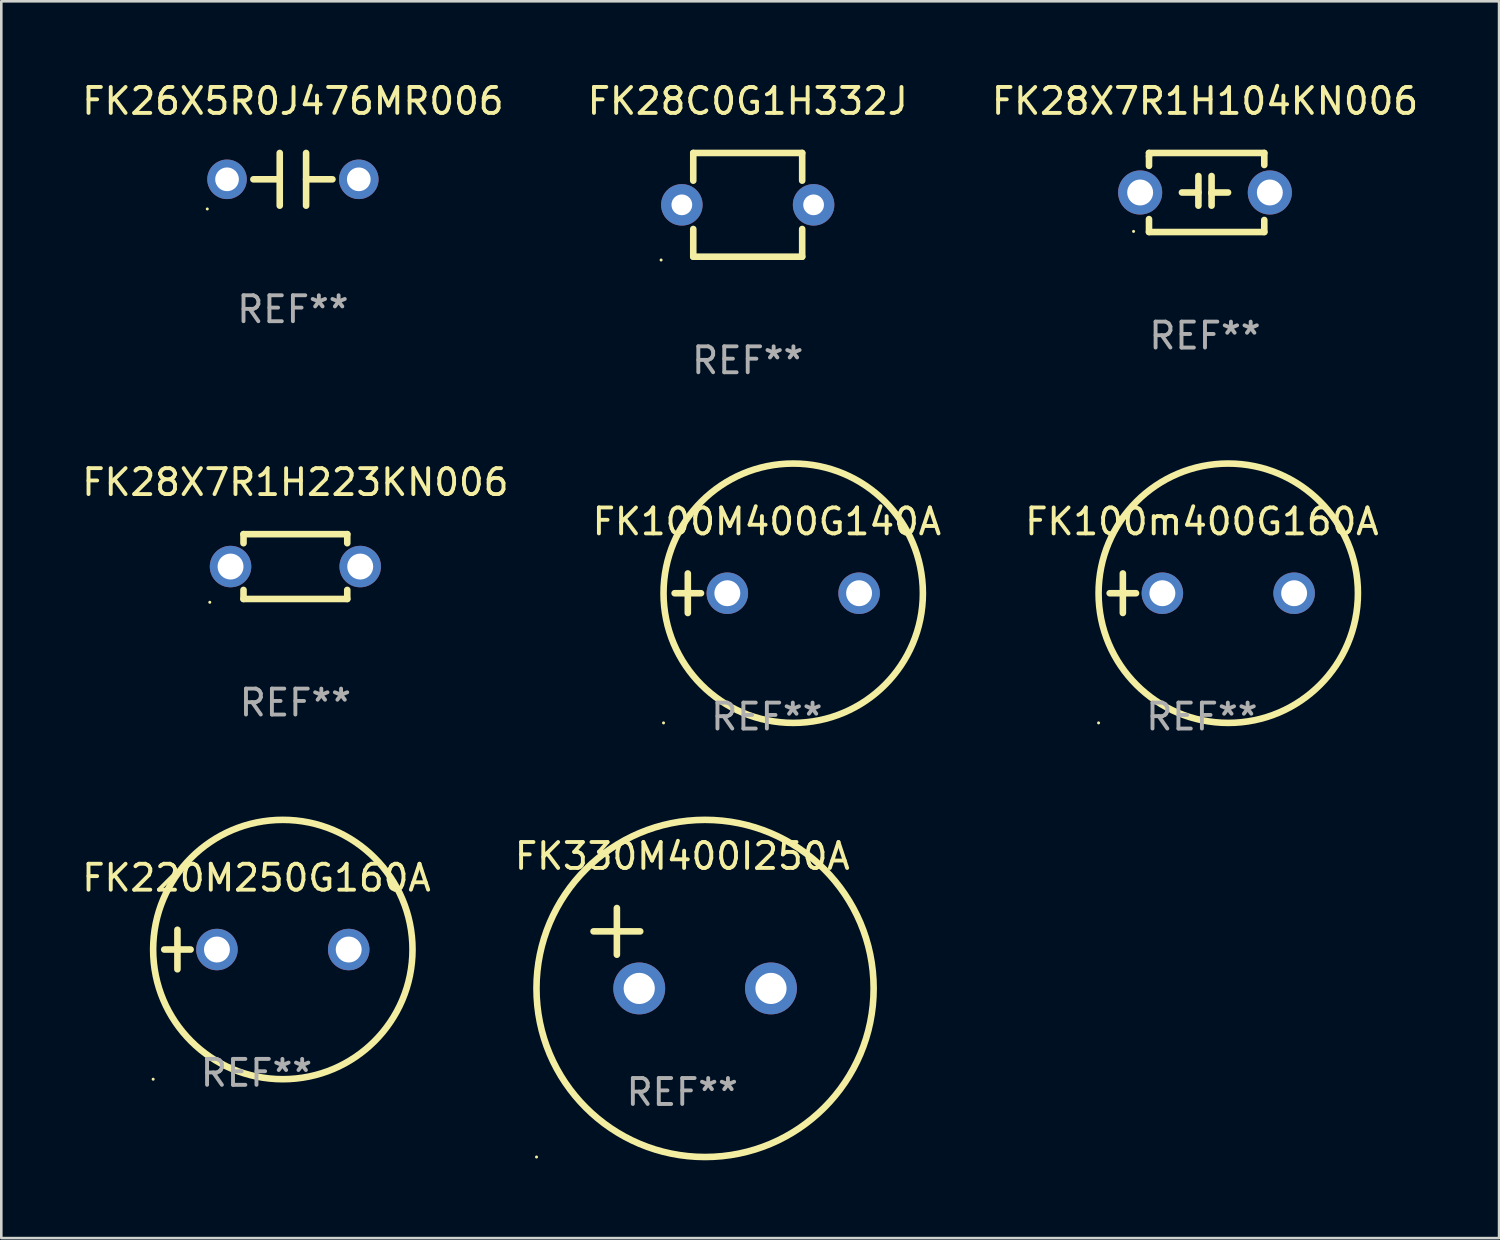
<source format=kicad_pcb>
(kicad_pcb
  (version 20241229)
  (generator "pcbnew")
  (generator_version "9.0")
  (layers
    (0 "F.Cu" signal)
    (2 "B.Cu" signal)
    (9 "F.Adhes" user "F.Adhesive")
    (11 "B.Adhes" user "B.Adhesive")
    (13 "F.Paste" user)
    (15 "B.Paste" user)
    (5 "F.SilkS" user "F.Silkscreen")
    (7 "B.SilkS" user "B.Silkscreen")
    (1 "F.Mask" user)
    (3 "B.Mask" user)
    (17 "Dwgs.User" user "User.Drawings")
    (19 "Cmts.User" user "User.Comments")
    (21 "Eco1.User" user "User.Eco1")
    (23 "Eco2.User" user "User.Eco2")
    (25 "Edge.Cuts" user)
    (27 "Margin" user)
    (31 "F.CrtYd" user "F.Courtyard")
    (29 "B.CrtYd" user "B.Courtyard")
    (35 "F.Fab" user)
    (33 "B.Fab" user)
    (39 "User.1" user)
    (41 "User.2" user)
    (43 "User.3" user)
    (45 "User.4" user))
  (footprint "FK28X7R1H104KN006"
    (layer "F.Cu")
    (at 43.411 4.372)
    (property "Reference" "FK28X7R1H104KN006" (at 0 -3.524 0) (layer "F.SilkS") (effects (font (size 1 1) (thickness 0.15))))
    (attr through_hole)
    (fp_line (start -2.159 -1.524) (end 2.286 -1.524) (stroke (width 0.254) (type solid)) (layer "F.SilkS"))
    (fp_line (start -2.159 -1.397) (end -2.159 -1.524) (stroke (width 0.254) (type solid)) (layer "F.SilkS"))
    (fp_line (start -2.159 -1.026) (end -2.159 -1.397) (stroke (width 0.254) (type solid)) (layer "F.SilkS"))
    (fp_line (start -2.159 1.524) (end -2.159 1.026) (stroke (width 0.254) (type solid)) (layer "F.SilkS"))
    (fp_line (start -0.889 0) (end -0.254 0) (stroke (width 0.254) (type solid)) (layer "F.SilkS"))
    (fp_line (start -0.254 0.508) (end -0.254 -0.635) (stroke (width 0.254) (type solid)) (layer "F.SilkS"))
    (fp_line (start 0.254 -0.635) (end 0.254 0.508) (stroke (width 0.254) (type solid)) (layer "F.SilkS"))
    (fp_line (start 0.254 0.04) (end 0.254 0.02) (stroke (width 0.254) (type solid)) (layer "F.SilkS"))
    (fp_line (start 0.889 0) (end 0.254 0) (stroke (width 0.254) (type solid)) (layer "F.SilkS"))
    (fp_line (start 2.286 -1.524) (end 2.286 -1.06) (stroke (width 0.254) (type solid)) (layer "F.SilkS"))
    (fp_line (start 2.286 1.06) (end 2.286 1.524) (stroke (width 0.254) (type solid)) (layer "F.SilkS"))
    (fp_line (start 2.286 1.524) (end -2.159 1.524) (stroke (width 0.254) (type solid)) (layer "F.SilkS"))
    (fp_circle (center -2.754 1.5) (end -2.724 1.5) (stroke (width 0.06) (type solid)) (fill no) (layer "F.SilkS"))
    (fp_text user "REF**" (at 0 5.524 0) (layer "F.Fab") (effects (font (size 1 1) (thickness 0.15))))
    (pad "1" thru_hole circle (at -2.5 0) (size 1.7 1.7) (drill 1) (layers "*.Cu" "*.Mask"))
    (pad "2" thru_hole circle (at 2.5 0) (size 1.7 1.7) (drill 1) (layers "*.Cu" "*.Mask")))
  (footprint "FK26X5R0J476MR006"
    (layer "F.Cu")
    (at 8.244 3.864)
    (property "Reference" "FK26X5R0J476MR006" (at 0 -3.016 0) (layer "F.SilkS") (effects (font (size 1 1) (thickness 0.15))))
    (attr through_hole)
    (fp_line (start -1.524 0) (end -0.508 0) (stroke (width 0.254) (type solid)) (layer "F.SilkS"))
    (fp_line (start -0.508 0) (end -0.508 -1.016) (stroke (width 0.254) (type solid)) (layer "F.SilkS"))
    (fp_line (start -0.508 0) (end -0.508 1.016) (stroke (width 0.254) (type solid)) (layer "F.SilkS"))
    (fp_line (start 0.508 -1.016) (end 0.508 1.016) (stroke (width 0.254) (type solid)) (layer "F.SilkS"))
    (fp_line (start 1.524 0) (end 0.508 0) (stroke (width 0.254) (type solid)) (layer "F.SilkS"))
    (fp_circle (center -3.302 1.143) (end -3.272 1.143) (stroke (width 0.06) (type solid)) (fill no) (layer "F.SilkS"))
    (fp_text user "REF**" (at 0 5.016 0) (layer "F.Fab") (effects (font (size 1 1) (thickness 0.15))))
    (pad "1" thru_hole circle (at -2.54 0) (size 1.524 1.524) (drill 0.914) (layers "*.Cu" "*.Mask"))
    (pad "2" thru_hole circle (at 2.54 0) (size 1.524 1.524) (drill 0.914) (layers "*.Cu" "*.Mask")))
  (footprint "FK220M250G160A"
    (layer "F.Cu")
    (at 6.839 33.561)
    (property "Reference" "FK220M250G160A" (at 0 -2.762 0) (layer "F.SilkS") (effects (font (size 1 1) (thickness 0.15))))
    (attr through_hole)
    (fp_line (start -3.556 0) (end -2.54 0) (stroke (width 0.254) (type solid)) (layer "F.SilkS"))
    (fp_line (start -3.048 -0.762) (end -3.048 0.762) (stroke (width 0.254) (type solid)) (layer "F.SilkS"))
    (fp_circle (center -3.984 5) (end -3.954 5) (stroke (width 0.06) (type solid)) (fill no) (layer "F.SilkS"))
    (fp_circle (center 1.016 0) (end 6.016 0) (stroke (width 0.254) (type solid)) (fill no) (layer "F.SilkS"))
    (fp_text user "REF**" (at 0 4.762 0) (layer "F.Fab") (effects (font (size 1 1) (thickness 0.15))))
    (pad "1" thru_hole circle (at -1.524 0) (size 1.6 1.6) (drill 1) (layers "*.Cu" "*.Mask"))
    (pad "2" thru_hole circle (at 3.556 0) (size 1.6 1.6) (drill 1) (layers "*.Cu" "*.Mask")))
  (footprint "FK28X7R1H223KN006"
    (layer "F.Cu")
    (at 8.339 18.795)
    (property "Reference" "FK28X7R1H223KN006" (at 0 -3.25 0) (layer "F.SilkS") (effects (font (size 1 1) (thickness 0.15))))
    (attr through_hole)
    (fp_line (start -2 -1.25) (end -2 -0.901) (stroke (width 0.254) (type solid)) (layer "F.SilkS"))
    (fp_line (start -2 -1.25) (end 2 -1.25) (stroke (width 0.254) (type solid)) (layer "F.SilkS"))
    (fp_line (start -2 0.901) (end -2 1.25) (stroke (width 0.254) (type solid)) (layer "F.SilkS"))
    (fp_line (start 2 -1.25) (end 2 -0.901) (stroke (width 0.254) (type solid)) (layer "F.SilkS"))
    (fp_line (start 2 0.901) (end 2 1.25) (stroke (width 0.254) (type solid)) (layer "F.SilkS"))
    (fp_line (start 2 1.25) (end -2 1.25) (stroke (width 0.254) (type solid)) (layer "F.SilkS"))
    (fp_circle (center -3.3 1.377) (end -3.27 1.377) (stroke (width 0.06) (type solid)) (fill no) (layer "F.SilkS"))
    (fp_text user "REF**" (at 0 5.25 0) (layer "F.Fab") (effects (font (size 1 1) (thickness 0.15))))
    (pad "1" thru_hole circle (at -2.5 0) (size 1.6 1.6) (drill 1) (layers "*.Cu" "*.Mask"))
    (pad "2" thru_hole circle (at 2.5 0) (size 1.6 1.6) (drill 1) (layers "*.Cu" "*.Mask")))
  (footprint "FK28C0G1H332J"
    (layer "F.Cu")
    (at 25.78 4.848)
    (property "Reference" "FK28C0G1H332J" (at 0 -4 0) (layer "F.SilkS") (effects (font (size 1 1) (thickness 0.15))))
    (attr through_hole)
    (fp_line (start -2.1 -2) (end -2.1 -0.932) (stroke (width 0.254) (type solid)) (layer "F.SilkS"))
    (fp_line (start -2.1 -2) (end 2.1 -2) (stroke (width 0.254) (type solid)) (layer "F.SilkS"))
    (fp_line (start -2.1 0.932) (end -2.1 2) (stroke (width 0.254) (type solid)) (layer "F.SilkS"))
    (fp_line (start -2.1 2) (end 2.1 2) (stroke (width 0.254) (type solid)) (layer "F.SilkS"))
    (fp_line (start 2.1 -2) (end 2.1 -0.932) (stroke (width 0.254) (type solid)) (layer "F.SilkS"))
    (fp_line (start 2.1 0.932) (end 2.1 2) (stroke (width 0.254) (type solid)) (layer "F.SilkS"))
    (fp_circle (center -3.34 2.127) (end -3.31 2.127) (stroke (width 0.06) (type solid)) (fill no) (layer "F.SilkS"))
    (fp_text user "REF**" (at 0 6 0) (layer "F.Fab") (effects (font (size 1 1) (thickness 0.15))))
    (pad "1" thru_hole circle (at -2.54 0) (size 1.6 1.6) (drill 0.8) (layers "*.Cu" "*.Mask"))
    (pad "2" thru_hole circle (at 2.54 0) (size 1.6 1.6) (drill 0.8) (layers "*.Cu" "*.Mask")))
  (footprint "FK100m400G160A"
    (layer "F.Cu")
    (at 43.292 19.823)
    (property "Reference" "FK100m400G160A" (at 0 -2.762 0) (layer "F.SilkS") (effects (font (size 1 1) (thickness 0.15))))
    (attr through_hole)
    (fp_line (start -3.556 0) (end -2.54 0) (stroke (width 0.254) (type solid)) (layer "F.SilkS"))
    (fp_line (start -3.048 -0.762) (end -3.048 0.762) (stroke (width 0.254) (type solid)) (layer "F.SilkS"))
    (fp_circle (center -3.984 5) (end -3.954 5) (stroke (width 0.06) (type solid)) (fill no) (layer "F.SilkS"))
    (fp_circle (center 1.016 0) (end 6.016 0) (stroke (width 0.254) (type solid)) (fill no) (layer "F.SilkS"))
    (fp_text user "REF**" (at 0 4.762 0) (layer "F.Fab") (effects (font (size 1 1) (thickness 0.15))))
    (pad "1" thru_hole circle (at -1.524 0) (size 1.6 1.6) (drill 1) (layers "*.Cu" "*.Mask"))
    (pad "2" thru_hole circle (at 3.556 0) (size 1.6 1.6) (drill 1) (layers "*.Cu" "*.Mask")))
  (footprint "FK330M400I250A"
    (layer "F.Cu")
    (at 23.256 33.511)
    (property "Reference" "FK330M400I250A" (at 0 -3.55 0) (layer "F.SilkS") (effects (font (size 1 1) (thickness 0.15))))
    (attr through_hole)
    (fp_line (start -3.421 -0.65) (end -1.621 -0.65) (stroke (width 0.254) (type solid)) (layer "F.SilkS"))
    (fp_line (start -2.521 -1.55) (end -2.521 0.25) (stroke (width 0.254) (type solid)) (layer "F.SilkS"))
    (fp_circle (center -5.619 8.05) (end -5.589 8.05) (stroke (width 0.06) (type solid)) (fill no) (layer "F.SilkS"))
    (fp_circle (center 0.879 1.55) (end 7.379 1.55) (stroke (width 0.254) (type solid)) (fill no) (layer "F.SilkS"))
    (fp_text user "REF**" (at 0 5.55 0) (layer "F.Fab") (effects (font (size 1 1) (thickness 0.15))))
    (pad "1" thru_hole circle (at -1.659 1.55) (size 2 2) (drill 1.2) (layers "*.Cu" "*.Mask"))
    (pad "2" thru_hole circle (at 3.421 1.55) (size 2 2) (drill 1.2) (layers "*.Cu" "*.Mask")))
  (footprint "FK100M400G140A"
    (layer "F.Cu")
    (at 26.518 19.823)
    (property "Reference" "FK100M400G140A" (at 0 -2.762 0) (layer "F.SilkS") (effects (font (size 1 1) (thickness 0.15))))
    (attr through_hole)
    (fp_line (start -3.556 0) (end -2.54 0) (stroke (width 0.254) (type solid)) (layer "F.SilkS"))
    (fp_line (start -3.048 -0.762) (end -3.048 0.762) (stroke (width 0.254) (type solid)) (layer "F.SilkS"))
    (fp_circle (center -3.984 5) (end -3.954 5) (stroke (width 0.06) (type solid)) (fill no) (layer "F.SilkS"))
    (fp_circle (center 1.016 0) (end 6.016 0) (stroke (width 0.254) (type solid)) (fill no) (layer "F.SilkS"))
    (fp_text user "REF**" (at 0 4.762 0) (layer "F.Fab") (effects (font (size 1 1) (thickness 0.15))))
    (pad "1" thru_hole circle (at -1.524 0) (size 1.6 1.6) (drill 1) (layers "*.Cu" "*.Mask"))
    (pad "2" thru_hole circle (at 3.556 0) (size 1.6 1.6) (drill 1) (layers "*.Cu" "*.Mask")))
  (gr_rect
    (start -3 -3)
    (end 54.75 44.688)
    (stroke (width 0.1) (type default))
    (fill no)
    (layer "Edge.Cuts")))
</source>
